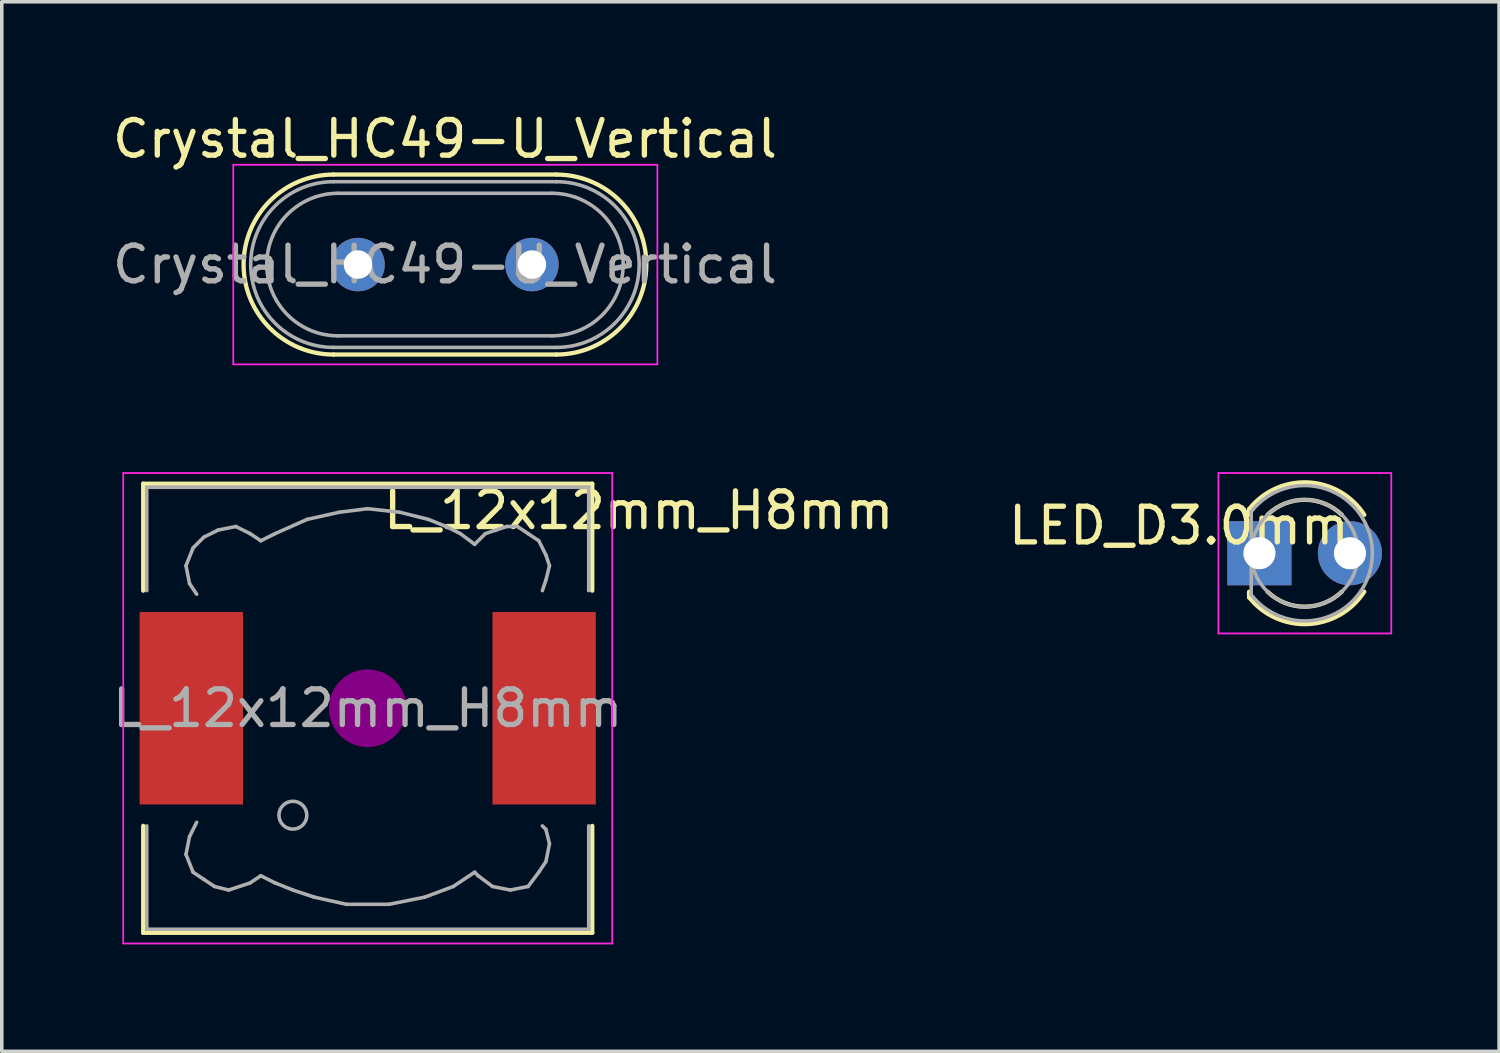
<source format=kicad_pcb>
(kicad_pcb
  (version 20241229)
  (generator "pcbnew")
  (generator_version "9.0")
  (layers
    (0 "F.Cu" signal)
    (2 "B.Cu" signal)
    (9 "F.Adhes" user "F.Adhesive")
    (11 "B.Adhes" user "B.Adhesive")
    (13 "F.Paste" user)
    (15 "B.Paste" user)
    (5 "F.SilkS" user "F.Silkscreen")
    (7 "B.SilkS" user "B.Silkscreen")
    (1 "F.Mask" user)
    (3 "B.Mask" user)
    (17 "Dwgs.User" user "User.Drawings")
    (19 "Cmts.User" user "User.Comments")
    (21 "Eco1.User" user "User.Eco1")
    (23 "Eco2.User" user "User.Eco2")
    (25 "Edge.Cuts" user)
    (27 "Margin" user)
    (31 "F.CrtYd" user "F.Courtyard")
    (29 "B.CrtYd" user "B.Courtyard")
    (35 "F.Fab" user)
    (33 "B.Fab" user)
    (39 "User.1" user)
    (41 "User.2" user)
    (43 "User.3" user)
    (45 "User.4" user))
  (footprint "L_12x12mm_H8mm"
    (layer "F.Cu")
    (at 7.268 16.823)
    (property "Reference" "L_12x12mm_H8mm" (at 7.604 -5.554 0) (layer "F.SilkS") (effects (font (size 1 1) (thickness 0.15))))
    (attr smd)
    (fp_line (start -6.3 -6.3) (end 6.3 -6.3) (stroke (width 0.12) (type solid)) (layer "F.SilkS"))
    (fp_line (start -6.3 -3.3) (end -6.3 -6.3) (stroke (width 0.12) (type solid)) (layer "F.SilkS"))
    (fp_line (start -6.3 6.3) (end -6.3 3.3) (stroke (width 0.12) (type solid)) (layer "F.SilkS"))
    (fp_line (start 6.3 -6.3) (end 6.3 -3.3) (stroke (width 0.12) (type solid)) (layer "F.SilkS"))
    (fp_line (start 6.3 3.3) (end 6.3 6.3) (stroke (width 0.12) (type solid)) (layer "F.SilkS"))
    (fp_line (start 6.3 6.3) (end -6.3 6.3) (stroke (width 0.12) (type solid)) (layer "F.SilkS"))
    (fp_circle (center 0 0) (end 0.15 0.15) (stroke (width 0.38) (type solid)) (fill no) (layer "F.Adhes"))
    (fp_circle (center 0 0) (end 0.55 0) (stroke (width 0.38) (type solid)) (fill no) (layer "F.Adhes"))
    (fp_circle (center 0 0) (end 0.9 0) (stroke (width 0.38) (type solid)) (fill no) (layer "F.Adhes"))
    (fp_line (start -6.86 -6.6) (end 6.86 -6.6) (stroke (width 0.05) (type solid)) (layer "F.CrtYd"))
    (fp_line (start -6.86 6.6) (end -6.86 -6.6) (stroke (width 0.05) (type solid)) (layer "F.CrtYd"))
    (fp_line (start 6.86 -6.6) (end 6.86 6.6) (stroke (width 0.05) (type solid)) (layer "F.CrtYd"))
    (fp_line (start 6.86 6.6) (end -6.86 6.6) (stroke (width 0.05) (type solid)) (layer "F.CrtYd"))
    (fp_line (start -6.2 -6.2) (end -6.2 -3.3) (stroke (width 0.1) (type solid)) (layer "F.Fab"))
    (fp_line (start -6.2 3.3) (end -6.2 6.2) (stroke (width 0.1) (type solid)) (layer "F.Fab"))
    (fp_line (start -6.2 6.2) (end 6.2 6.2) (stroke (width 0.1) (type solid)) (layer "F.Fab"))
    (fp_line (start -5.1 -4) (end -5 -3.5) (stroke (width 0.1) (type solid)) (layer "F.Fab"))
    (fp_line (start -5.1 4.1) (end -5 3.6) (stroke (width 0.1) (type solid)) (layer "F.Fab"))
    (fp_line (start -5 -3.5) (end -4.8 -3.2) (stroke (width 0.1) (type solid)) (layer "F.Fab"))
    (fp_line (start -5 3.6) (end -4.8 3.2) (stroke (width 0.1) (type solid)) (layer "F.Fab"))
    (fp_line (start -4.9 -4.5) (end -5.1 -4) (stroke (width 0.1) (type solid)) (layer "F.Fab"))
    (fp_line (start -4.9 4.6) (end -5.1 4.1) (stroke (width 0.1) (type solid)) (layer "F.Fab"))
    (fp_line (start -4.6 -4.8) (end -4.9 -4.5) (stroke (width 0.1) (type solid)) (layer "F.Fab"))
    (fp_line (start -4.6 4.8) (end -4.9 4.6) (stroke (width 0.1) (type solid)) (layer "F.Fab"))
    (fp_line (start -4.3 5) (end -4.6 4.8) (stroke (width 0.1) (type solid)) (layer "F.Fab"))
    (fp_line (start -4.2 -5) (end -4.6 -4.8) (stroke (width 0.1) (type solid)) (layer "F.Fab"))
    (fp_line (start -3.9 5.1) (end -4.3 5) (stroke (width 0.1) (type solid)) (layer "F.Fab"))
    (fp_line (start -3.7 -5.1) (end -4.2 -5) (stroke (width 0.1) (type solid)) (layer "F.Fab"))
    (fp_line (start -3.3 -4.9) (end -3.7 -5.1) (stroke (width 0.1) (type solid)) (layer "F.Fab"))
    (fp_line (start -3.3 4.9) (end -3.9 5.1) (stroke (width 0.1) (type solid)) (layer "F.Fab"))
    (fp_line (start -3 -4.7) (end -3.3 -4.9) (stroke (width 0.1) (type solid)) (layer "F.Fab"))
    (fp_line (start -3 4.7) (end -3.3 4.9) (stroke (width 0.1) (type solid)) (layer "F.Fab"))
    (fp_line (start -2.6 -4.9) (end -3 -4.7) (stroke (width 0.1) (type solid)) (layer "F.Fab"))
    (fp_line (start -2.6 4.9) (end -3 4.7) (stroke (width 0.1) (type solid)) (layer "F.Fab"))
    (fp_line (start -2.1 5.1) (end -2.6 4.9) (stroke (width 0.1) (type solid)) (layer "F.Fab"))
    (fp_line (start -1.7 -5.3) (end -2.6 -4.9) (stroke (width 0.1) (type solid)) (layer "F.Fab"))
    (fp_line (start -1.5 5.3) (end -2.1 5.1) (stroke (width 0.1) (type solid)) (layer "F.Fab"))
    (fp_line (start -0.8 -5.5) (end -1.7 -5.3) (stroke (width 0.1) (type solid)) (layer "F.Fab"))
    (fp_line (start -0.6 5.5) (end -1.5 5.3) (stroke (width 0.1) (type solid)) (layer "F.Fab"))
    (fp_line (start 0 -5.6) (end -0.8 -5.5) (stroke (width 0.1) (type solid)) (layer "F.Fab"))
    (fp_line (start 0.6 5.5) (end -0.6 5.5) (stroke (width 0.1) (type solid)) (layer "F.Fab"))
    (fp_line (start 0.9 -5.5) (end 0 -5.6) (stroke (width 0.1) (type solid)) (layer "F.Fab"))
    (fp_line (start 1.6 5.3) (end 0.6 5.5) (stroke (width 0.1) (type solid)) (layer "F.Fab"))
    (fp_line (start 1.7 -5.3) (end 0.9 -5.5) (stroke (width 0.1) (type solid)) (layer "F.Fab"))
    (fp_line (start 2.2 -5.1) (end 1.7 -5.3) (stroke (width 0.1) (type solid)) (layer "F.Fab"))
    (fp_line (start 2.4 5) (end 1.6 5.3) (stroke (width 0.1) (type solid)) (layer "F.Fab"))
    (fp_line (start 2.6 -4.9) (end 2.2 -5.1) (stroke (width 0.1) (type solid)) (layer "F.Fab"))
    (fp_line (start 3 -4.6) (end 2.6 -4.9) (stroke (width 0.1) (type solid)) (layer "F.Fab"))
    (fp_line (start 3 4.6) (end 2.4 5) (stroke (width 0.1) (type solid)) (layer "F.Fab"))
    (fp_line (start 3.1 4.7) (end 3 4.6) (stroke (width 0.1) (type solid)) (layer "F.Fab"))
    (fp_line (start 3.3 -4.9) (end 3 -4.6) (stroke (width 0.1) (type solid)) (layer "F.Fab"))
    (fp_line (start 3.5 5) (end 3.1 4.7) (stroke (width 0.1) (type solid)) (layer "F.Fab"))
    (fp_line (start 3.6 -5) (end 3.3 -4.9) (stroke (width 0.1) (type solid)) (layer "F.Fab"))
    (fp_line (start 3.9 -5.1) (end 3.6 -5) (stroke (width 0.1) (type solid)) (layer "F.Fab"))
    (fp_line (start 4 5.1) (end 3.5 5) (stroke (width 0.1) (type solid)) (layer "F.Fab"))
    (fp_line (start 4.2 -5.1) (end 3.9 -5.1) (stroke (width 0.1) (type solid)) (layer "F.Fab"))
    (fp_line (start 4.5 -4.9) (end 4.2 -5.1) (stroke (width 0.1) (type solid)) (layer "F.Fab"))
    (fp_line (start 4.5 5) (end 4 5.1) (stroke (width 0.1) (type solid)) (layer "F.Fab"))
    (fp_line (start 4.8 -4.7) (end 4.5 -4.9) (stroke (width 0.1) (type solid)) (layer "F.Fab"))
    (fp_line (start 4.8 4.6) (end 4.5 5) (stroke (width 0.1) (type solid)) (layer "F.Fab"))
    (fp_line (start 4.9 -3.3) (end 5 -3.6) (stroke (width 0.1) (type solid)) (layer "F.Fab"))
    (fp_line (start 4.9 3.3) (end 5 3.4) (stroke (width 0.1) (type solid)) (layer "F.Fab"))
    (fp_line (start 5 -4.3) (end 4.8 -4.7) (stroke (width 0.1) (type solid)) (layer "F.Fab"))
    (fp_line (start 5 -3.6) (end 5.1 -4) (stroke (width 0.1) (type solid)) (layer "F.Fab"))
    (fp_line (start 5 3.4) (end 5.1 3.8) (stroke (width 0.1) (type solid)) (layer "F.Fab"))
    (fp_line (start 5 4.3) (end 4.8 4.6) (stroke (width 0.1) (type solid)) (layer "F.Fab"))
    (fp_line (start 5.1 -4) (end 5 -4.3) (stroke (width 0.1) (type solid)) (layer "F.Fab"))
    (fp_line (start 5.1 3.8) (end 5 4.3) (stroke (width 0.1) (type solid)) (layer "F.Fab"))
    (fp_line (start 6.2 -6.2) (end -6.2 -6.2) (stroke (width 0.1) (type solid)) (layer "F.Fab"))
    (fp_line (start 6.2 -6.2) (end 6.2 -3.3) (stroke (width 0.1) (type solid)) (layer "F.Fab"))
    (fp_line (start 6.2 6.2) (end 6.2 3.3) (stroke (width 0.1) (type solid)) (layer "F.Fab"))
    (fp_circle (center -2.1 3) (end -1.8 3.25) (stroke (width 0.1) (type solid)) (fill no) (layer "F.Fab"))
    (fp_text user "${REFERENCE}" (at 0 0 0) (layer "F.Fab") (effects (font (size 1 1) (thickness 0.15))))
    (pad "1" smd rect (at -4.95 0) (size 2.9 5.4) (layers "F.Cu" "F.Mask" "F.Paste"))
    (pad "2" smd rect (at 4.95 0) (size 2.9 5.4) (layers "F.Cu" "F.Mask" "F.Paste")))
  (footprint "Crystal_HC49-U_Vertical"
    (layer "F.Cu")
    (at 6.995 4.373)
    (property "Reference" "Crystal_HC49-U_Vertical" (at 2.44 -3.525 0) (layer "F.SilkS") (effects (font (size 1 1) (thickness 0.15))))
    (attr through_hole)
    (fp_line (start -0.685 -2.525) (end 5.565 -2.525) (stroke (width 0.12) (type solid)) (layer "F.SilkS"))
    (fp_line (start -0.685 2.525) (end 5.565 2.525) (stroke (width 0.12) (type solid)) (layer "F.SilkS"))
    (fp_arc (start -0.685 2.525) (mid -3.21 0) (end -0.685 -2.525) (stroke (width 0.12) (type solid)) (layer "F.SilkS"))
    (fp_arc (start 5.565 -2.525) (mid 8.09 0) (end 5.565 2.525) (stroke (width 0.12) (type solid)) (layer "F.SilkS"))
    (fp_line (start -3.5 -2.8) (end -3.5 2.8) (stroke (width 0.05) (type solid)) (layer "F.CrtYd"))
    (fp_line (start -3.5 2.8) (end 8.4 2.8) (stroke (width 0.05) (type solid)) (layer "F.CrtYd"))
    (fp_line (start 8.4 -2.8) (end -3.5 -2.8) (stroke (width 0.05) (type solid)) (layer "F.CrtYd"))
    (fp_line (start 8.4 2.8) (end 8.4 -2.8) (stroke (width 0.05) (type solid)) (layer "F.CrtYd"))
    (fp_line (start -0.685 -2.325) (end 5.565 -2.325) (stroke (width 0.1) (type solid)) (layer "F.Fab"))
    (fp_line (start -0.685 2.325) (end 5.565 2.325) (stroke (width 0.1) (type solid)) (layer "F.Fab"))
    (fp_line (start -0.56 -2) (end 5.44 -2) (stroke (width 0.1) (type solid)) (layer "F.Fab"))
    (fp_line (start -0.56 2) (end 5.44 2) (stroke (width 0.1) (type solid)) (layer "F.Fab"))
    (fp_arc (start -0.685 2.325) (mid -3.01 0) (end -0.685 -2.325) (stroke (width 0.1) (type solid)) (layer "F.Fab"))
    (fp_arc (start -0.56 2) (mid -2.56 0) (end -0.56 -2) (stroke (width 0.1) (type solid)) (layer "F.Fab"))
    (fp_arc (start 5.44 -2) (mid 7.44 0) (end 5.44 2) (stroke (width 0.1) (type solid)) (layer "F.Fab"))
    (fp_arc (start 5.565 -2.325) (mid 7.89 0) (end 5.565 2.325) (stroke (width 0.1) (type solid)) (layer "F.Fab"))
    (fp_text user "${REFERENCE}" (at 2.44 0 0) (layer "F.Fab") (effects (font (size 1 1) (thickness 0.15))))
    (pad "1" thru_hole circle (at 0 0) (size 1.5 1.5) (drill 0.8) (layers "*.Cu" "*.Mask"))
    (pad "2" thru_hole circle (at 4.88 0) (size 1.5 1.5) (drill 0.8) (layers "*.Cu" "*.Mask")))
  (footprint "LED_D3.0mm"
    (layer "F.Cu")
    (at 32.287 12.473)
    (property "Reference" "LED_D3.0mm" (at -2.26 -0.774 0) (layer "F.SilkS") (effects (font (size 1 1) (thickness 0.15))))
    (attr through_hole)
    (fp_line (start -0.29 -1.236) (end -0.29 -1.08) (stroke (width 0.12) (type solid)) (layer "F.SilkS"))
    (fp_line (start -0.29 1.08) (end -0.29 1.236) (stroke (width 0.12) (type solid)) (layer "F.SilkS"))
    (fp_arc (start -0.29 -1.235516) (mid 1.366487 -1.987659) (end 2.942335 -1.078608) (stroke (width 0.12) (type solid)) (layer "F.SilkS"))
    (fp_arc (start 0.229039 -1.08) (mid 1.270117 -1.5) (end 2.31113 -1.079837) (stroke (width 0.12) (type solid)) (layer "F.SilkS"))
    (fp_arc (start 2.31113 1.079837) (mid 1.270117 1.5) (end 0.229039 1.08) (stroke (width 0.12) (type solid)) (layer "F.SilkS"))
    (fp_arc (start 2.942335 1.078608) (mid 1.366487 1.987659) (end -0.29 1.235516) (stroke (width 0.12) (type solid)) (layer "F.SilkS"))
    (fp_line (start -1.15 -2.25) (end -1.15 2.25) (stroke (width 0.05) (type solid)) (layer "F.CrtYd"))
    (fp_line (start -1.15 2.25) (end 3.7 2.25) (stroke (width 0.05) (type solid)) (layer "F.CrtYd"))
    (fp_line (start 3.7 -2.25) (end -1.15 -2.25) (stroke (width 0.05) (type solid)) (layer "F.CrtYd"))
    (fp_line (start 3.7 2.25) (end 3.7 -2.25) (stroke (width 0.05) (type solid)) (layer "F.CrtYd"))
    (fp_line (start -0.23 -1.166) (end -0.23 1.166) (stroke (width 0.1) (type solid)) (layer "F.Fab"))
    (fp_arc (start -0.23 -1.16619) (mid 3.17 0.000452) (end -0.230555 1.165476) (stroke (width 0.1) (type solid)) (layer "F.Fab"))
    (fp_circle (center 1.27 0) (end 2.77 0) (stroke (width 0.1) (type solid)) (fill no) (layer "F.Fab"))
    (pad "1" thru_hole rect (at 0 0) (size 1.8 1.8) (drill 0.9) (layers "*.Cu" "*.Mask"))
    (pad "2" thru_hole circle (at 2.54 0) (size 1.8 1.8) (drill 0.9) (layers "*.Cu" "*.Mask")))
  (gr_rect
    (start -3 -3)
    (end 39.012 26.448)
    (stroke (width 0.1) (type default))
    (fill no)
    (layer "Edge.Cuts")))
</source>
